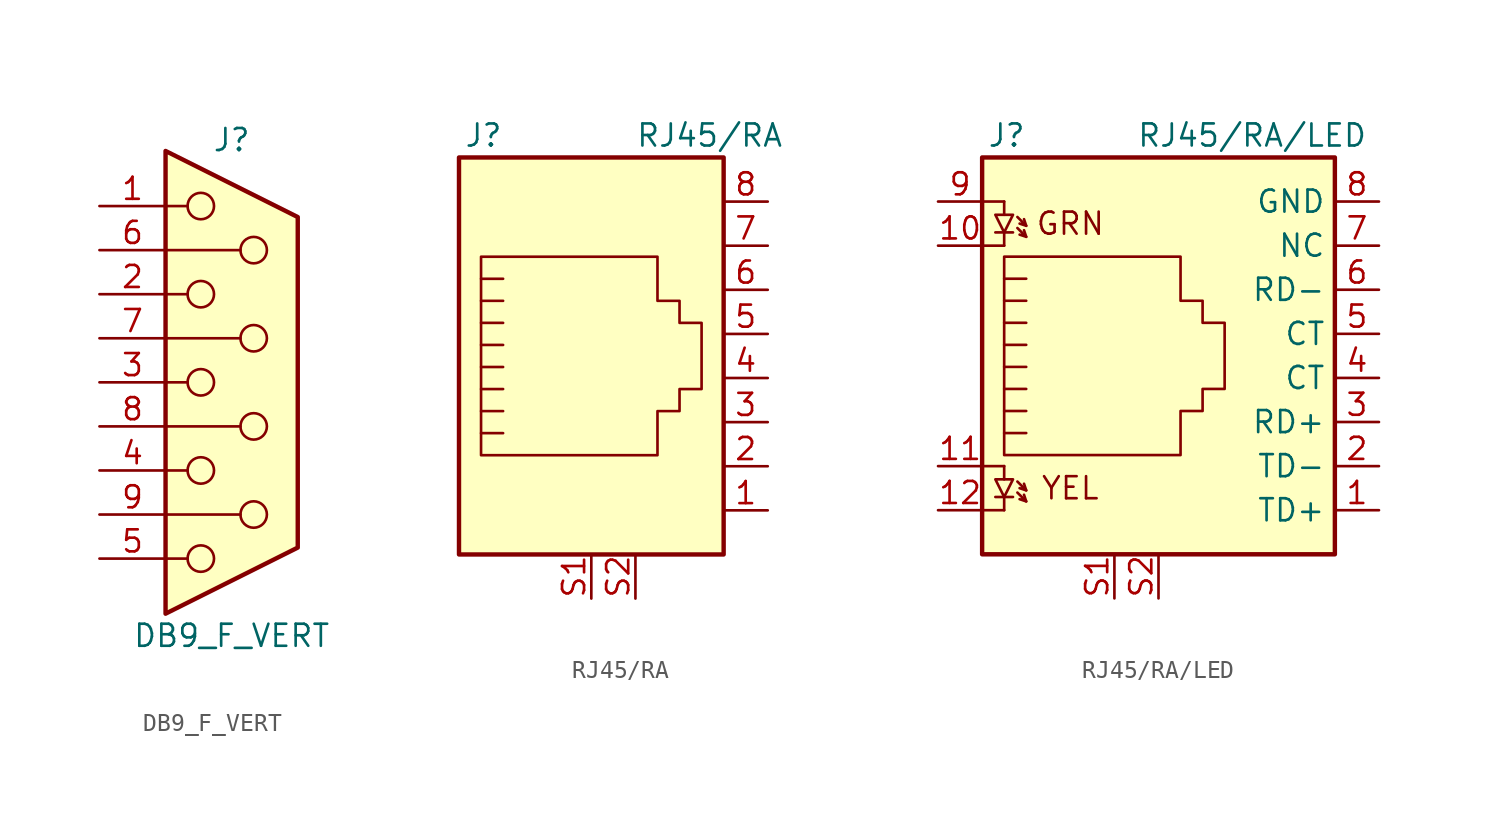
<source format=kicad_sym>
(kicad_symbol_lib
  (version 20231120)
  (generator "kicad_symbol_editor")
  (generator_version "8.0")
  (symbol "DB9_F_VERT"
    (pin_names
      (offset 1.016) hide)
    (property "Reference" "J"
      (at 0 13.97 0)
      (effects (font (size 1.27 1.27))))
    (property "Value" "DB9_F_VERT"
      (at 0 -14.605 0)
      (effects (font (size 1.27 1.27))))
    (symbol "DB9_F_VERT_0_1"
      (circle (center -1.778 -10.16) (radius 0.762) (stroke (width 0) (type default)) (fill (type none)))
      (circle (center -1.778 -5.08) (radius 0.762) (stroke (width 0) (type default)) (fill (type none)))
      (circle (center -1.778 0) (radius 0.762) (stroke (width 0) (type default)) (fill (type none)))
      (circle (center -1.778 5.08) (radius 0.762) (stroke (width 0) (type default)) (fill (type none)))
      (circle (center -1.778 10.16) (radius 0.762) (stroke (width 0) (type default)) (fill (type none)))
      (polyline (pts (xy -3.81 -10.16) (xy -2.54 -10.16)) (stroke (width 0) (type default)) (fill (type none)))
      (polyline (pts (xy -3.81 -7.62) (xy 0.508 -7.62)) (stroke (width 0) (type default)) (fill (type none)))
      (polyline (pts (xy -3.81 -5.08) (xy -2.54 -5.08)) (stroke (width 0) (type default)) (fill (type none)))
      (polyline (pts (xy -3.81 -2.54) (xy 0.508 -2.54)) (stroke (width 0) (type default)) (fill (type none)))
      (polyline (pts (xy -3.81 0) (xy -2.54 0)) (stroke (width 0) (type default)) (fill (type none)))
      (polyline (pts (xy -3.81 2.54) (xy 0.508 2.54)) (stroke (width 0) (type default)) (fill (type none)))
      (polyline (pts (xy -3.81 5.08) (xy -2.54 5.08)) (stroke (width 0) (type default)) (fill (type none)))
      (polyline (pts (xy -3.81 7.62) (xy 0.508 7.62)) (stroke (width 0) (type default)) (fill (type none)))
      (polyline (pts (xy -3.81 10.16) (xy -2.54 10.16)) (stroke (width 0) (type default)) (fill (type none)))
      (polyline (pts (xy -3.81 13.335) (xy -3.81 -13.335) (xy 3.81 -9.525) (xy 3.81 9.525) (xy -3.81 13.335)) (stroke (width 0.254) (type default)) (fill (type background)))
      (circle (center 1.27 -7.62) (radius 0.762) (stroke (width 0) (type default)) (fill (type none)))
      (circle (center 1.27 -2.54) (radius 0.762) (stroke (width 0) (type default)) (fill (type none)))
      (circle (center 1.27 2.54) (radius 0.762) (stroke (width 0) (type default)) (fill (type none)))
      (circle (center 1.27 7.62) (radius 0.762) (stroke (width 0) (type default)) (fill (type none))))
    (symbol "DB9_F_VERT_1_1"
      (pin passive line (at -7.62 10.16 0) (length 3.81) (name "1" (effects (font (size 1.27 1.27)))) (number "1" (effects (font (size 1.27 1.27)))))
      (pin passive line (at -7.62 5.08 0) (length 3.81) (name "2" (effects (font (size 1.27 1.27)))) (number "2" (effects (font (size 1.27 1.27)))))
      (pin passive line (at -7.62 0 0) (length 3.81) (name "3" (effects (font (size 1.27 1.27)))) (number "3" (effects (font (size 1.27 1.27)))))
      (pin passive line (at -7.62 -5.08 0) (length 3.81) (name "4" (effects (font (size 1.27 1.27)))) (number "4" (effects (font (size 1.27 1.27)))))
      (pin passive line (at -7.62 -10.16 0) (length 3.81) (name "5" (effects (font (size 1.27 1.27)))) (number "5" (effects (font (size 1.27 1.27)))))
      (pin passive line (at -7.62 7.62 0) (length 3.81) (name "6" (effects (font (size 1.27 1.27)))) (number "6" (effects (font (size 1.27 1.27)))))
      (pin passive line (at -7.62 2.54 0) (length 3.81) (name "7" (effects (font (size 1.27 1.27)))) (number "7" (effects (font (size 1.27 1.27)))))
      (pin passive line (at -7.62 -2.54 0) (length 3.81) (name "8" (effects (font (size 1.27 1.27)))) (number "8" (effects (font (size 1.27 1.27)))))
      (pin passive line (at -7.62 -7.62 0) (length 3.81) (name "9" (effects (font (size 1.27 1.27)))) (number "9" (effects (font (size 1.27 1.27)))))))
  (symbol "RJ45/RA"
    (pin_names
      (offset 1.016))
    (property "Reference" "J"
      (at -5.08 13.97 0)
      (effects (font (size 1.27 1.27)) (justify right)))
    (property "Value" "RJ45{slash}RA"
      (at 2.54 13.97 0)
      (effects (font (size 1.27 1.27)) (justify left)))
    (symbol "RJ45/RA_0_1"
      (polyline (pts (xy -5.08 4.445) (xy -6.35 4.445)) (stroke (width 0) (type default)) (fill (type none)))
      (polyline (pts (xy -5.08 5.715) (xy -6.35 5.715)) (stroke (width 0) (type default)) (fill (type none)))
      (polyline (pts (xy -6.35 -3.175) (xy -5.08 -3.175) (xy -5.08 -3.175)) (stroke (width 0) (type default)) (fill (type none)))
      (polyline (pts (xy -6.35 -1.905) (xy -5.08 -1.905) (xy -5.08 -1.905)) (stroke (width 0) (type default)) (fill (type none)))
      (polyline (pts (xy -6.35 -0.635) (xy -5.08 -0.635) (xy -5.08 -0.635)) (stroke (width 0) (type default)) (fill (type none)))
      (polyline (pts (xy -6.35 0.635) (xy -5.08 0.635) (xy -5.08 0.635)) (stroke (width 0) (type default)) (fill (type none)))
      (polyline (pts (xy -6.35 1.905) (xy -5.08 1.905) (xy -5.08 1.905)) (stroke (width 0) (type default)) (fill (type none)))
      (polyline (pts (xy -5.08 3.175) (xy -6.35 3.175) (xy -6.35 3.175)) (stroke (width 0) (type default)) (fill (type none)))
      (polyline (pts (xy -6.35 -4.445) (xy -6.35 6.985) (xy 3.81 6.985) (xy 3.81 4.445) (xy 5.08 4.445) (xy 5.08 3.175) (xy 6.35 3.175) (xy 6.35 -0.635) (xy 5.08 -0.635) (xy 5.08 -1.905) (xy 3.81 -1.905) (xy 3.81 -4.445) (xy -6.35 -4.445) (xy -6.35 -4.445)) (stroke (width 0) (type default)) (fill (type none)))
      (rectangle (start 7.62 12.7) (end -7.62 -10.16) (stroke (width 0.254) (type default)) (fill (type background))))
    (symbol "RJ45/RA_1_1"
      (pin passive line (at 10.16 -7.62 180) (length 2.54) (name "~" (effects (font (size 1.27 1.27)))) (number "1" (effects (font (size 1.27 1.27)))))
      (pin passive line (at 10.16 -5.08 180) (length 2.54) (name "~" (effects (font (size 1.27 1.27)))) (number "2" (effects (font (size 1.27 1.27)))))
      (pin passive line (at 10.16 -2.54 180) (length 2.54) (name "~" (effects (font (size 1.27 1.27)))) (number "3" (effects (font (size 1.27 1.27)))))
      (pin passive line (at 10.16 0 180) (length 2.54) (name "~" (effects (font (size 1.27 1.27)))) (number "4" (effects (font (size 1.27 1.27)))))
      (pin passive line (at 10.16 2.54 180) (length 2.54) (name "~" (effects (font (size 1.27 1.27)))) (number "5" (effects (font (size 1.27 1.27)))))
      (pin passive line (at 10.16 5.08 180) (length 2.54) (name "~" (effects (font (size 1.27 1.27)))) (number "6" (effects (font (size 1.27 1.27)))))
      (pin passive line (at 10.16 7.62 180) (length 2.54) (name "~" (effects (font (size 1.27 1.27)))) (number "7" (effects (font (size 1.27 1.27)))))
      (pin passive line (at 10.16 10.16 180) (length 2.54) (name "~" (effects (font (size 1.27 1.27)))) (number "8" (effects (font (size 1.27 1.27)))))
      (pin passive line (at 0 -12.7 90) (length 2.54) (name "~" (effects (font (size 1.27 1.27)))) (number "S1" (effects (font (size 1.27 1.27)))))
      (pin passive line (at 2.54 -12.7 90) (length 2.54) (name "~" (effects (font (size 1.27 1.27)))) (number "S2" (effects (font (size 1.27 1.27)))))))
  (symbol "RJ45/RA/LED"
    (property "Reference" "J"
      (at -5.08 13.97 0)
      (effects (font (size 1.27 1.27)) (justify right)))
    (property "Value" "RJ45{slash}RA{slash}LED"
      (at 1.27 13.97 0)
      (effects (font (size 1.27 1.27)) (justify left)))
    (symbol "RJ45/RA/LED_0_0"
      (text "GRN" (at -2.54 8.89 0) (effects (font (size 1.27 1.27))))
      (text "YEL" (at -2.54 -6.35 0) (effects (font (size 1.27 1.27)))))
    (symbol "RJ45/RA/LED_0_1"
      (rectangle (start -7.62 12.7) (end 12.7 -10.16) (stroke (width 0.254) (type default)) (fill (type background)))
      (polyline (pts (xy -7.62 -7.62) (xy -6.35 -7.62)) (stroke (width 0) (type default)) (fill (type none)))
      (polyline (pts (xy -7.62 -5.08) (xy -6.35 -5.08)) (stroke (width 0) (type default)) (fill (type none)))
      (polyline (pts (xy -7.62 7.62) (xy -6.35 7.62)) (stroke (width 0) (type default)) (fill (type none)))
      (polyline (pts (xy -7.62 10.16) (xy -6.35 10.16)) (stroke (width 0) (type default)) (fill (type none)))
      (polyline (pts (xy -6.858 -6.858) (xy -5.842 -6.858)) (stroke (width 0) (type default)) (fill (type none)))
      (polyline (pts (xy -6.858 8.382) (xy -5.842 8.382)) (stroke (width 0) (type default)) (fill (type none)))
      (polyline (pts (xy -6.35 -7.62) (xy -6.35 -6.858)) (stroke (width 0) (type default)) (fill (type none)))
      (polyline (pts (xy -6.35 -5.08) (xy -6.35 -5.842)) (stroke (width 0) (type default)) (fill (type none)))
      (polyline (pts (xy -6.35 7.62) (xy -6.35 8.382)) (stroke (width 0) (type default)) (fill (type none)))
      (polyline (pts (xy -6.35 10.16) (xy -6.35 9.398)) (stroke (width 0) (type default)) (fill (type none)))
      (polyline (pts (xy -5.08 -7.112) (xy -5.207 -6.731)) (stroke (width 0) (type default)) (fill (type none)))
      (polyline (pts (xy -5.08 -6.477) (xy -5.207 -6.096)) (stroke (width 0) (type default)) (fill (type none)))
      (polyline (pts (xy -5.08 4.445) (xy -6.35 4.445)) (stroke (width 0) (type default)) (fill (type none)))
      (polyline (pts (xy -5.08 5.715) (xy -6.35 5.715)) (stroke (width 0) (type default)) (fill (type none)))
      (polyline (pts (xy -5.08 8.128) (xy -5.207 8.509)) (stroke (width 0) (type default)) (fill (type none)))
      (polyline (pts (xy -5.08 8.763) (xy -5.207 9.144)) (stroke (width 0) (type default)) (fill (type none)))
      (polyline (pts (xy -6.35 -3.175) (xy -5.08 -3.175) (xy -5.08 -3.175)) (stroke (width 0) (type default)) (fill (type none)))
      (polyline (pts (xy -6.35 -1.905) (xy -5.08 -1.905) (xy -5.08 -1.905)) (stroke (width 0) (type default)) (fill (type none)))
      (polyline (pts (xy -6.35 -0.635) (xy -5.08 -0.635) (xy -5.08 -0.635)) (stroke (width 0) (type default)) (fill (type none)))
      (polyline (pts (xy -6.35 0.635) (xy -5.08 0.635) (xy -5.08 0.635)) (stroke (width 0) (type default)) (fill (type none)))
      (polyline (pts (xy -6.35 1.905) (xy -5.08 1.905) (xy -5.08 1.905)) (stroke (width 0) (type default)) (fill (type none)))
      (polyline (pts (xy -5.588 -6.604) (xy -5.08 -7.112) (xy -5.461 -6.985)) (stroke (width 0) (type default)) (fill (type none)))
      (polyline (pts (xy -5.588 -5.969) (xy -5.08 -6.477) (xy -5.461 -6.35)) (stroke (width 0) (type default)) (fill (type none)))
      (polyline (pts (xy -5.588 8.636) (xy -5.08 8.128) (xy -5.461 8.255)) (stroke (width 0) (type default)) (fill (type none)))
      (polyline (pts (xy -5.588 9.271) (xy -5.08 8.763) (xy -5.461 8.89)) (stroke (width 0) (type default)) (fill (type none)))
      (polyline (pts (xy -5.08 3.175) (xy -6.35 3.175) (xy -6.35 3.175)) (stroke (width 0) (type default)) (fill (type none)))
      (polyline (pts (xy -6.35 -6.858) (xy -6.858 -5.842) (xy -5.842 -5.842) (xy -6.35 -6.858)) (stroke (width 0) (type default)) (fill (type none)))
      (polyline (pts (xy -6.35 8.382) (xy -6.858 9.398) (xy -5.842 9.398) (xy -6.35 8.382)) (stroke (width 0) (type default)) (fill (type none)))
      (polyline (pts (xy -6.35 -4.445) (xy -6.35 6.985) (xy 3.81 6.985) (xy 3.81 4.445) (xy 5.08 4.445) (xy 5.08 3.175) (xy 6.35 3.175) (xy 6.35 -0.635) (xy 5.08 -0.635) (xy 5.08 -1.905) (xy 3.81 -1.905) (xy 3.81 -4.445) (xy -6.35 -4.445) (xy -6.35 -4.445)) (stroke (width 0) (type default)) (fill (type none))))
    (symbol "RJ45/RA/LED_1_1"
      (pin passive line (at 15.24 -7.62 180) (length 2.54) (name "TD+" (effects (font (size 1.27 1.27)))) (number "1" (effects (font (size 1.27 1.27)))))
      (pin passive line (at -10.16 7.62 0) (length 2.54) (name "~" (effects (font (size 1.27 1.27)))) (number "10" (effects (font (size 1.27 1.27)))))
      (pin passive line (at -10.16 -5.08 0) (length 2.54) (name "~" (effects (font (size 1.27 1.27)))) (number "11" (effects (font (size 1.27 1.27)))))
      (pin passive line (at -10.16 -7.62 0) (length 2.54) (name "~" (effects (font (size 1.27 1.27)))) (number "12" (effects (font (size 1.27 1.27)))))
      (pin passive line (at 15.24 -5.08 180) (length 2.54) (name "TD-" (effects (font (size 1.27 1.27)))) (number "2" (effects (font (size 1.27 1.27)))))
      (pin passive line (at 15.24 -2.54 180) (length 2.54) (name "RD+" (effects (font (size 1.27 1.27)))) (number "3" (effects (font (size 1.27 1.27)))))
      (pin passive line (at 15.24 0 180) (length 2.54) (name "CT" (effects (font (size 1.27 1.27)))) (number "4" (effects (font (size 1.27 1.27)))))
      (pin passive line (at 15.24 2.54 180) (length 2.54) (name "CT" (effects (font (size 1.27 1.27)))) (number "5" (effects (font (size 1.27 1.27)))))
      (pin passive line (at 15.24 5.08 180) (length 2.54) (name "RD-" (effects (font (size 1.27 1.27)))) (number "6" (effects (font (size 1.27 1.27)))))
      (pin passive line (at 15.24 7.62 180) (length 2.54) (name "NC" (effects (font (size 1.27 1.27)))) (number "7" (effects (font (size 1.27 1.27)))))
      (pin passive line (at 15.24 10.16 180) (length 2.54) (name "GND" (effects (font (size 1.27 1.27)))) (number "8" (effects (font (size 1.27 1.27)))))
      (pin passive line (at -10.16 10.16 0) (length 2.54) (name "~" (effects (font (size 1.27 1.27)))) (number "9" (effects (font (size 1.27 1.27)))))
      (pin passive line (at 0 -12.7 90) (length 2.54) (name "~" (effects (font (size 1.27 1.27)))) (number "S1" (effects (font (size 1.27 1.27)))))
      (pin passive line (at 2.54 -12.7 90) (length 2.54) (name "~" (effects (font (size 1.27 1.27)))) (number "S2" (effects (font (size 1.27 1.27))))))))
</source>
